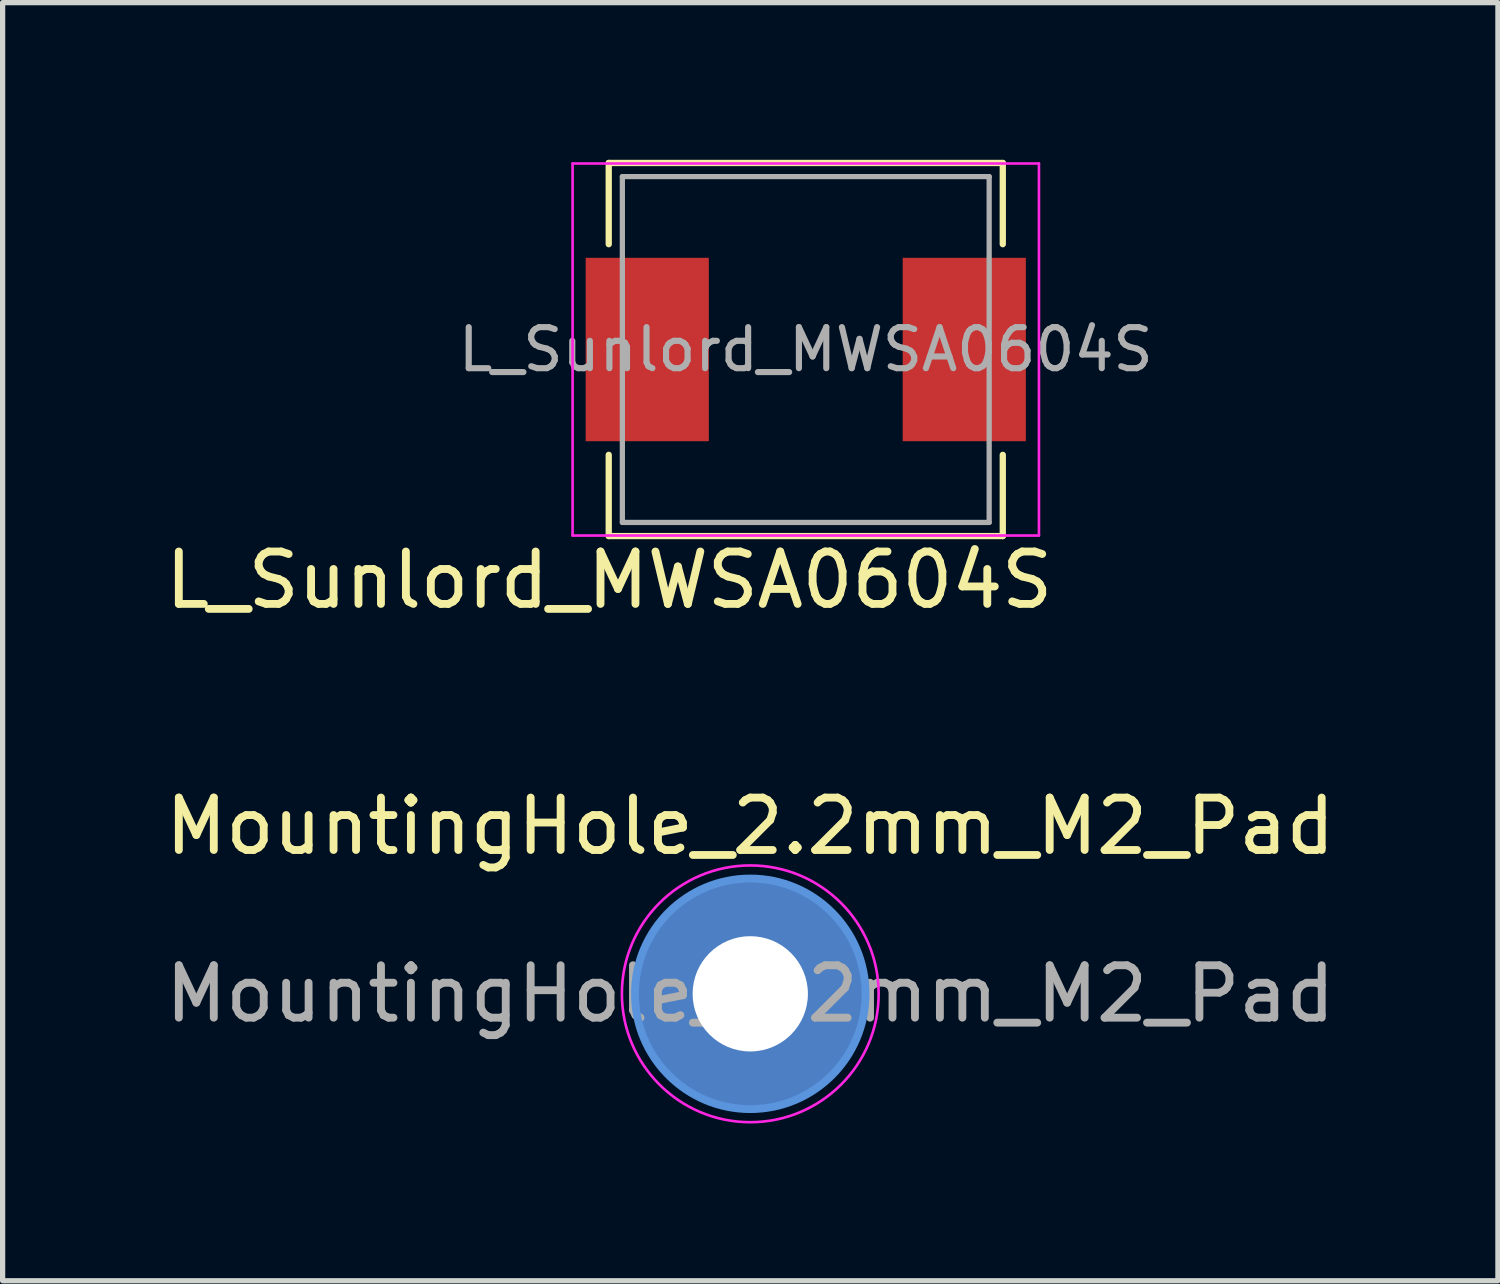
<source format=kicad_pcb>
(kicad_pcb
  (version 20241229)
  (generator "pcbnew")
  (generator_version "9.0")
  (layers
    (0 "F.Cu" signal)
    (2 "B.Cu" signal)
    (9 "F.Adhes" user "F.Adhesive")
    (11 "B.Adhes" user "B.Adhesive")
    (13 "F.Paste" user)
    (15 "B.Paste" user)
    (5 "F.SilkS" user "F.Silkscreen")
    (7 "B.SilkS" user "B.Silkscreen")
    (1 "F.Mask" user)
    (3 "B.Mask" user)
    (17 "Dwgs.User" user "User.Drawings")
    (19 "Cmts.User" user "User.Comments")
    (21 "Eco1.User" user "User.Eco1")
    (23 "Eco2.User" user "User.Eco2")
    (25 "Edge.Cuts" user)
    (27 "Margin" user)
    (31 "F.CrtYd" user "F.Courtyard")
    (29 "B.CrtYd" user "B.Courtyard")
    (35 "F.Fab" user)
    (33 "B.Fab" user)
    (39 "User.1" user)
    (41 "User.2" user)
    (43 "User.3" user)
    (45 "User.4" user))
  (footprint "L_Sunlord_MWSA0604S"
    (layer "F.Cu")
    (at 12.327 3.62)
    (property "Reference" "L_Sunlord_MWSA0604S" (at -3.75 4.4 0) (layer "F.SilkS") (effects (font (size 1 1) (thickness 0.15))))
    (attr smd)
    (fp_line (start -3.76 -3.56) (end -3.76 -2.01) (stroke (width 0.12) (type solid)) (layer "F.SilkS"))
    (fp_line (start -3.76 -3.56) (end 3.76 -3.56) (stroke (width 0.12) (type solid)) (layer "F.SilkS"))
    (fp_line (start -3.76 3.56) (end -3.76 2.01) (stroke (width 0.12) (type solid)) (layer "F.SilkS"))
    (fp_line (start -3.76 3.56) (end 3.76 3.56) (stroke (width 0.12) (type solid)) (layer "F.SilkS"))
    (fp_line (start 3.76 -3.56) (end 3.76 -2.01) (stroke (width 0.12) (type solid)) (layer "F.SilkS"))
    (fp_line (start 3.76 3.56) (end 3.76 2.01) (stroke (width 0.12) (type solid)) (layer "F.SilkS"))
    (fp_line (start -4.45 -3.55) (end -4.45 3.55) (stroke (width 0.05) (type solid)) (layer "F.CrtYd"))
    (fp_line (start -4.45 3.55) (end 4.45 3.55) (stroke (width 0.05) (type solid)) (layer "F.CrtYd"))
    (fp_line (start 4.45 -3.55) (end -4.45 -3.55) (stroke (width 0.05) (type solid)) (layer "F.CrtYd"))
    (fp_line (start 4.45 3.55) (end 4.45 -3.55) (stroke (width 0.05) (type solid)) (layer "F.CrtYd"))
    (fp_line (start -3.5 -3.3) (end -3.5 3.3) (stroke (width 0.1) (type solid)) (layer "F.Fab"))
    (fp_line (start -3.5 3.3) (end 3.5 3.3) (stroke (width 0.1) (type solid)) (layer "F.Fab"))
    (fp_line (start 3.5 -3.3) (end -3.5 -3.3) (stroke (width 0.1) (type solid)) (layer "F.Fab"))
    (fp_line (start 3.5 3.3) (end 3.5 -3.3) (stroke (width 0.1) (type solid)) (layer "F.Fab"))
    (fp_text user "${REFERENCE}" (at 0 0 0) (layer "F.Fab") (effects (font (size 0.783 0.783) (thickness 0.117))))
    (pad "1" smd rect (at -3.025 0) (size 2.35 3.5) (layers "F.Cu" "F.Mask" "F.Paste"))
    (pad "2" smd rect (at 3.025 0) (size 2.35 3.5) (layers "F.Cu" "F.Mask" "F.Paste")))
  (footprint "MountingHole_2.2mm_M2_Pad"
    (layer "F.Cu")
    (at 11.268 15.916)
    (property "Reference" "MountingHole_2.2mm_M2_Pad" (at 0 -3.2 0) (layer "F.SilkS") (effects (font (size 1 1) (thickness 0.15))))
    (attr exclude_from_pos_files exclude_from_bom)
    (fp_circle (center 0 0) (end 2.2 0) (stroke (width 0.15) (type solid)) (fill no) (layer "Cmts.User"))
    (fp_circle (center 0 0) (end 2.45 0) (stroke (width 0.05) (type solid)) (fill no) (layer "F.CrtYd"))
    (fp_text user "${REFERENCE}" (at 0 0 0) (layer "F.Fab") (effects (font (size 1 1) (thickness 0.15))))
    (pad "1" thru_hole circle (at 0 0) (size 4.4 4.4) (drill 2.2) (layers "*.Cu" "*.Mask")))
  (gr_rect
    (start -3 -3)
    (end 25.536 21.392)
    (stroke (width 0.1) (type default))
    (fill no)
    (layer "Edge.Cuts")))
</source>
